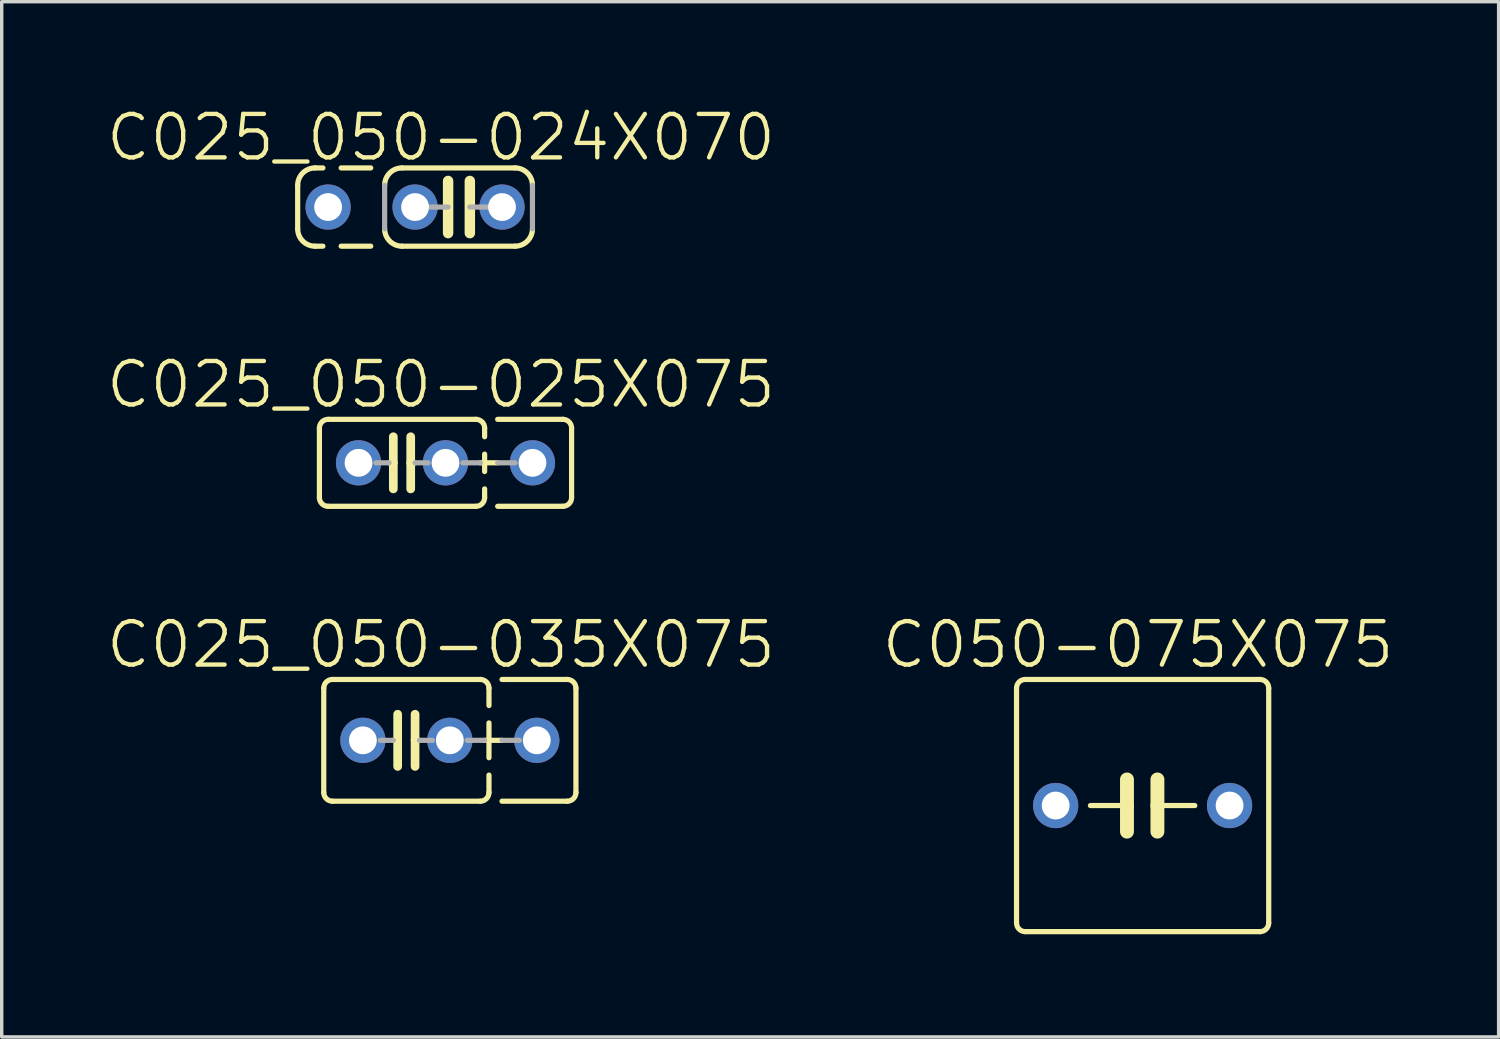
<source format=kicad_pcb>
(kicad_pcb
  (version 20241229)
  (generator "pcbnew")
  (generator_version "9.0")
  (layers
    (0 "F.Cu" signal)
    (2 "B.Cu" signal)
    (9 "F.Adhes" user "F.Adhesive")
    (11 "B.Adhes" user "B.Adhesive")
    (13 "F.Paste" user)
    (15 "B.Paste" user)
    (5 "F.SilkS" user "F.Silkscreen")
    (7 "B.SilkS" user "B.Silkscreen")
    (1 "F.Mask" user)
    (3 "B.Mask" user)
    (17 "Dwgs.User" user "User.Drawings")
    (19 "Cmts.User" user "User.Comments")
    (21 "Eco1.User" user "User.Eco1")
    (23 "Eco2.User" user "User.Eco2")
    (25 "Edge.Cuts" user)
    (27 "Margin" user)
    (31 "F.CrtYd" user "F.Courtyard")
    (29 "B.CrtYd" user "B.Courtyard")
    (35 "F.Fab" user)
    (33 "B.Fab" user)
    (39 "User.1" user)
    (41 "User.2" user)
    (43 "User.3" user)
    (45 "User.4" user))
  (footprint "C025_050-035X075"
    (layer "F.Cu")
    (at 8.82 18.575)
    (property "Reference" "C025_050-035X075" (at 1.01 -2.794 0) (layer "F.SilkS") (effects (font (size 1.27 1.27) (thickness 0.127))))
    (attr through_hole)
    (fp_line (start -2.413 -1.524) (end -2.413 1.524) (stroke (width 0.152) (type solid)) (layer "F.SilkS"))
    (fp_line (start -2.159 -1.778) (end 2.159 -1.778) (stroke (width 0.152) (type solid)) (layer "F.SilkS"))
    (fp_line (start -0.254 -0.762) (end -0.254 0) (stroke (width 0.254) (type solid)) (layer "F.SilkS"))
    (fp_line (start -0.254 0) (end -0.381 0) (stroke (width 0.152) (type solid)) (layer "F.SilkS"))
    (fp_line (start -0.254 0) (end -0.254 0.762) (stroke (width 0.254) (type solid)) (layer "F.SilkS"))
    (fp_line (start 0.254 0) (end 0.254 -0.762) (stroke (width 0.254) (type solid)) (layer "F.SilkS"))
    (fp_line (start 0.254 0) (end 0.254 0.762) (stroke (width 0.254) (type solid)) (layer "F.SilkS"))
    (fp_line (start 0.381 0) (end 0.254 0) (stroke (width 0.152) (type solid)) (layer "F.SilkS"))
    (fp_line (start 2.159 1.778) (end -2.159 1.778) (stroke (width 0.152) (type solid)) (layer "F.SilkS"))
    (fp_line (start 2.286 0) (end 2.794 0) (stroke (width 0.152) (type solid)) (layer "F.SilkS"))
    (fp_line (start 2.413 -1.524) (end 2.413 -1.016) (stroke (width 0.152) (type solid)) (layer "F.SilkS"))
    (fp_line (start 2.413 -0.508) (end 2.413 0.508) (stroke (width 0.152) (type solid)) (layer "F.SilkS"))
    (fp_line (start 2.413 1.016) (end 2.413 1.524) (stroke (width 0.152) (type solid)) (layer "F.SilkS"))
    (fp_line (start 2.794 -1.778) (end 4.699 -1.778) (stroke (width 0.152) (type solid)) (layer "F.SilkS"))
    (fp_line (start 4.699 1.778) (end 2.794 1.778) (stroke (width 0.152) (type solid)) (layer "F.SilkS"))
    (fp_line (start 4.953 -1.524) (end 4.953 1.524) (stroke (width 0.152) (type solid)) (layer "F.SilkS"))
    (fp_arc (start -2.413 -1.524) (mid -2.338605 -1.703605) (end -2.159 -1.778) (stroke (width 0.1524) (type solid)) (layer "F.SilkS"))
    (fp_arc (start -2.159 1.778) (mid -2.338605 1.703605) (end -2.413 1.524) (stroke (width 0.1524) (type solid)) (layer "F.SilkS"))
    (fp_arc (start 2.159 -1.778) (mid 2.338605 -1.703605) (end 2.413 -1.524) (stroke (width 0.1524) (type solid)) (layer "F.SilkS"))
    (fp_arc (start 2.413 1.524) (mid 2.338605 1.703605) (end 2.159 1.778) (stroke (width 0.1524) (type solid)) (layer "F.SilkS"))
    (fp_arc (start 4.699 -1.778) (mid 4.878605 -1.703605) (end 4.953 -1.524) (stroke (width 0.1524) (type solid)) (layer "F.SilkS"))
    (fp_arc (start 4.953 1.524) (mid 4.878605 1.703605) (end 4.699 1.778) (stroke (width 0.1524) (type solid)) (layer "F.SilkS"))
    (fp_line (start -0.381 0) (end -0.762 0) (stroke (width 0.152) (type solid)) (layer "F.Fab"))
    (fp_line (start 0.381 0) (end 0.762 0) (stroke (width 0.152) (type solid)) (layer "F.Fab"))
    (fp_line (start 2.286 0) (end 1.778 0) (stroke (width 0.152) (type solid)) (layer "F.Fab"))
    (fp_line (start 2.794 0) (end 3.302 0) (stroke (width 0.152) (type solid)) (layer "F.Fab"))
    (pad "1" thru_hole circle (at -1.27 0) (size 1.321 1.321) (drill 0.813) (layers "*.Cu" "*.Mask"))
    (pad "2" thru_hole circle (at 1.27 0) (size 1.321 1.321) (drill 0.813) (layers "*.Cu" "*.Mask"))
    (pad "3" thru_hole circle (at 3.81 0) (size 1.321 1.321) (drill 0.813) (layers "*.Cu" "*.Mask")))
  (footprint "C025_050-025X075"
    (layer "F.Cu")
    (at 8.693 10.469)
    (property "Reference" "C025_050-025X075" (at 1.137 -2.286 0) (layer "F.SilkS") (effects (font (size 1.27 1.27) (thickness 0.127))))
    (attr through_hole)
    (fp_line (start -2.413 -1.016) (end -2.413 1.016) (stroke (width 0.152) (type solid)) (layer "F.SilkS"))
    (fp_line (start -2.159 -1.27) (end 2.159 -1.27) (stroke (width 0.152) (type solid)) (layer "F.SilkS"))
    (fp_line (start -0.254 -0.762) (end -0.254 0) (stroke (width 0.254) (type solid)) (layer "F.SilkS"))
    (fp_line (start -0.254 0) (end -0.381 0) (stroke (width 0.152) (type solid)) (layer "F.SilkS"))
    (fp_line (start -0.254 0) (end -0.254 0.762) (stroke (width 0.254) (type solid)) (layer "F.SilkS"))
    (fp_line (start 0.254 0) (end 0.254 -0.762) (stroke (width 0.254) (type solid)) (layer "F.SilkS"))
    (fp_line (start 0.254 0) (end 0.254 0.762) (stroke (width 0.254) (type solid)) (layer "F.SilkS"))
    (fp_line (start 0.381 0) (end 0.254 0) (stroke (width 0.152) (type solid)) (layer "F.SilkS"))
    (fp_line (start 2.159 1.27) (end -2.159 1.27) (stroke (width 0.152) (type solid)) (layer "F.SilkS"))
    (fp_line (start 2.286 0) (end 2.794 0) (stroke (width 0.152) (type solid)) (layer "F.SilkS"))
    (fp_line (start 2.413 -1.016) (end 2.413 -0.762) (stroke (width 0.152) (type solid)) (layer "F.SilkS"))
    (fp_line (start 2.413 -0.254) (end 2.413 0.254) (stroke (width 0.152) (type solid)) (layer "F.SilkS"))
    (fp_line (start 2.413 0.762) (end 2.413 1.016) (stroke (width 0.152) (type solid)) (layer "F.SilkS"))
    (fp_line (start 2.794 -1.27) (end 4.699 -1.27) (stroke (width 0.152) (type solid)) (layer "F.SilkS"))
    (fp_line (start 4.699 1.27) (end 2.794 1.27) (stroke (width 0.152) (type solid)) (layer "F.SilkS"))
    (fp_line (start 4.953 -1.016) (end 4.953 1.016) (stroke (width 0.152) (type solid)) (layer "F.SilkS"))
    (fp_arc (start -2.413 -1.016) (mid -2.338605 -1.195605) (end -2.159 -1.27) (stroke (width 0.1524) (type solid)) (layer "F.SilkS"))
    (fp_arc (start -2.159 1.27) (mid -2.338605 1.195605) (end -2.413 1.016) (stroke (width 0.1524) (type solid)) (layer "F.SilkS"))
    (fp_arc (start 2.159 -1.27) (mid 2.338605 -1.195605) (end 2.413 -1.016) (stroke (width 0.1524) (type solid)) (layer "F.SilkS"))
    (fp_arc (start 2.413 1.016) (mid 2.338605 1.195605) (end 2.159 1.27) (stroke (width 0.1524) (type solid)) (layer "F.SilkS"))
    (fp_arc (start 4.699 -1.27) (mid 4.878605 -1.195605) (end 4.953 -1.016) (stroke (width 0.1524) (type solid)) (layer "F.SilkS"))
    (fp_arc (start 4.953 1.016) (mid 4.878605 1.195605) (end 4.699 1.27) (stroke (width 0.1524) (type solid)) (layer "F.SilkS"))
    (fp_line (start -0.381 0) (end -0.762 0) (stroke (width 0.152) (type solid)) (layer "F.Fab"))
    (fp_line (start 0.762 0) (end 0.381 0) (stroke (width 0.152) (type solid)) (layer "F.Fab"))
    (fp_line (start 1.778 0) (end 2.286 0) (stroke (width 0.152) (type solid)) (layer "F.Fab"))
    (fp_line (start 2.794 0) (end 3.302 0) (stroke (width 0.152) (type solid)) (layer "F.Fab"))
    (pad "1" thru_hole circle (at -1.27 0) (size 1.321 1.321) (drill 0.813) (layers "*.Cu" "*.Mask"))
    (pad "2" thru_hole circle (at 1.27 0) (size 1.321 1.321) (drill 0.813) (layers "*.Cu" "*.Mask"))
    (pad "3" thru_hole circle (at 3.81 0) (size 1.321 1.321) (drill 0.813) (layers "*.Cu" "*.Mask")))
  (footprint "C050-075X075"
    (layer "F.Cu")
    (at 30.326 20.48)
    (property "Reference" "C050-075X075" (at -0.133 -4.699 0) (layer "F.SilkS") (effects (font (size 1.27 1.27) (thickness 0.127))))
    (attr through_hole)
    (fp_line (start -3.683 -3.429) (end -3.683 3.429) (stroke (width 0.152) (type solid)) (layer "F.SilkS"))
    (fp_line (start -3.429 3.683) (end 3.429 3.683) (stroke (width 0.152) (type solid)) (layer "F.SilkS"))
    (fp_line (start -1.524 0) (end -0.457 0) (stroke (width 0.152) (type solid)) (layer "F.SilkS"))
    (fp_line (start -0.457 0) (end -0.457 -0.762) (stroke (width 0.406) (type solid)) (layer "F.SilkS"))
    (fp_line (start -0.457 0) (end -0.457 0.762) (stroke (width 0.406) (type solid)) (layer "F.SilkS"))
    (fp_line (start 0.432 -0.762) (end 0.432 0) (stroke (width 0.406) (type solid)) (layer "F.SilkS"))
    (fp_line (start 0.432 0) (end 0.432 0.762) (stroke (width 0.406) (type solid)) (layer "F.SilkS"))
    (fp_line (start 0.432 0) (end 1.524 0) (stroke (width 0.152) (type solid)) (layer "F.SilkS"))
    (fp_line (start 3.429 -3.683) (end -3.429 -3.683) (stroke (width 0.152) (type solid)) (layer "F.SilkS"))
    (fp_line (start 3.683 3.429) (end 3.683 -3.429) (stroke (width 0.152) (type solid)) (layer "F.SilkS"))
    (fp_arc (start -3.683 -3.429) (mid -3.608605 -3.608605) (end -3.429 -3.683) (stroke (width 0.1524) (type solid)) (layer "F.SilkS"))
    (fp_arc (start -3.429 3.683) (mid -3.608605 3.608605) (end -3.683 3.429) (stroke (width 0.1524) (type solid)) (layer "F.SilkS"))
    (fp_arc (start 3.429 -3.683) (mid 3.608605 -3.608605) (end 3.683 -3.429) (stroke (width 0.1524) (type solid)) (layer "F.SilkS"))
    (fp_arc (start 3.683 3.429) (mid 3.608605 3.608605) (end 3.429 3.683) (stroke (width 0.1524) (type solid)) (layer "F.SilkS"))
    (pad "1" thru_hole circle (at -2.54 0) (size 1.321 1.321) (drill 0.813) (layers "*.Cu" "*.Mask"))
    (pad "2" thru_hole circle (at 2.54 0) (size 1.321 1.321) (drill 0.813) (layers "*.Cu" "*.Mask")))
  (footprint "C025_050-024X070"
    (layer "F.Cu")
    (at 10.344 2.998)
    (property "Reference" "C025_050-024X070" (at -0.514 -2.032 0) (layer "F.SilkS") (effects (font (size 1.27 1.27) (thickness 0.127))))
    (attr through_hole)
    (fp_line (start -4.699 0.635) (end -4.699 -0.635) (stroke (width 0.152) (type solid)) (layer "F.SilkS"))
    (fp_line (start -4.191 -1.143) (end -3.962 -1.143) (stroke (width 0.152) (type solid)) (layer "F.SilkS"))
    (fp_line (start -4.191 1.143) (end -3.962 1.143) (stroke (width 0.152) (type solid)) (layer "F.SilkS"))
    (fp_line (start -3.429 -1.143) (end -2.565 -1.143) (stroke (width 0.152) (type solid)) (layer "F.SilkS"))
    (fp_line (start -3.429 1.143) (end -2.565 1.143) (stroke (width 0.152) (type solid)) (layer "F.SilkS"))
    (fp_line (start -0.305 -0.762) (end -0.305 0.762) (stroke (width 0.305) (type solid)) (layer "F.SilkS"))
    (fp_line (start 0.33 -0.762) (end 0.33 0.762) (stroke (width 0.305) (type solid)) (layer "F.SilkS"))
    (fp_line (start 1.651 -1.143) (end -1.651 -1.143) (stroke (width 0.152) (type solid)) (layer "F.SilkS"))
    (fp_line (start 1.651 1.143) (end -1.651 1.143) (stroke (width 0.152) (type solid)) (layer "F.SilkS"))
    (fp_arc (start -4.699 -0.635) (mid -4.55021 -0.99421) (end -4.191 -1.143) (stroke (width 0.1524) (type solid)) (layer "F.SilkS"))
    (fp_arc (start -4.191 1.143) (mid -4.55021 0.99421) (end -4.699 0.635) (stroke (width 0.1524) (type solid)) (layer "F.SilkS"))
    (fp_arc (start -2.159 -0.635) (mid -2.01021 -0.99421) (end -1.651 -1.143) (stroke (width 0.1524) (type solid)) (layer "F.SilkS"))
    (fp_arc (start -1.651 1.143) (mid -2.01021 0.99421) (end -2.159 0.635) (stroke (width 0.1524) (type solid)) (layer "F.SilkS"))
    (fp_arc (start 1.651 -1.143) (mid 2.01021 -0.99421) (end 2.159 -0.635) (stroke (width 0.1524) (type solid)) (layer "F.SilkS"))
    (fp_arc (start 2.159 0.635) (mid 2.01021 0.99421) (end 1.651 1.143) (stroke (width 0.1524) (type solid)) (layer "F.SilkS"))
    (fp_line (start -2.159 0.635) (end -2.159 -0.635) (stroke (width 0.152) (type solid)) (layer "F.Fab"))
    (fp_line (start -1.27 0) (end -0.305 0) (stroke (width 0.152) (type solid)) (layer "F.Fab"))
    (fp_line (start 1.27 0) (end 0.33 0) (stroke (width 0.152) (type solid)) (layer "F.Fab"))
    (fp_line (start 2.159 0.635) (end 2.159 -0.635) (stroke (width 0.152) (type solid)) (layer "F.Fab"))
    (pad "1" thru_hole circle (at -3.81 0) (size 1.321 1.321) (drill 0.813) (layers "*.Cu" "*.Mask"))
    (pad "2" thru_hole circle (at -1.27 0) (size 1.321 1.321) (drill 0.813) (layers "*.Cu" "*.Mask"))
    (pad "3" thru_hole circle (at 1.27 0) (size 1.321 1.321) (drill 0.813) (layers "*.Cu" "*.Mask")))
  (gr_rect
    (start -3 -3)
    (end 40.725 27.239)
    (stroke (width 0.1) (type default))
    (fill no)
    (layer "Edge.Cuts")))
</source>
